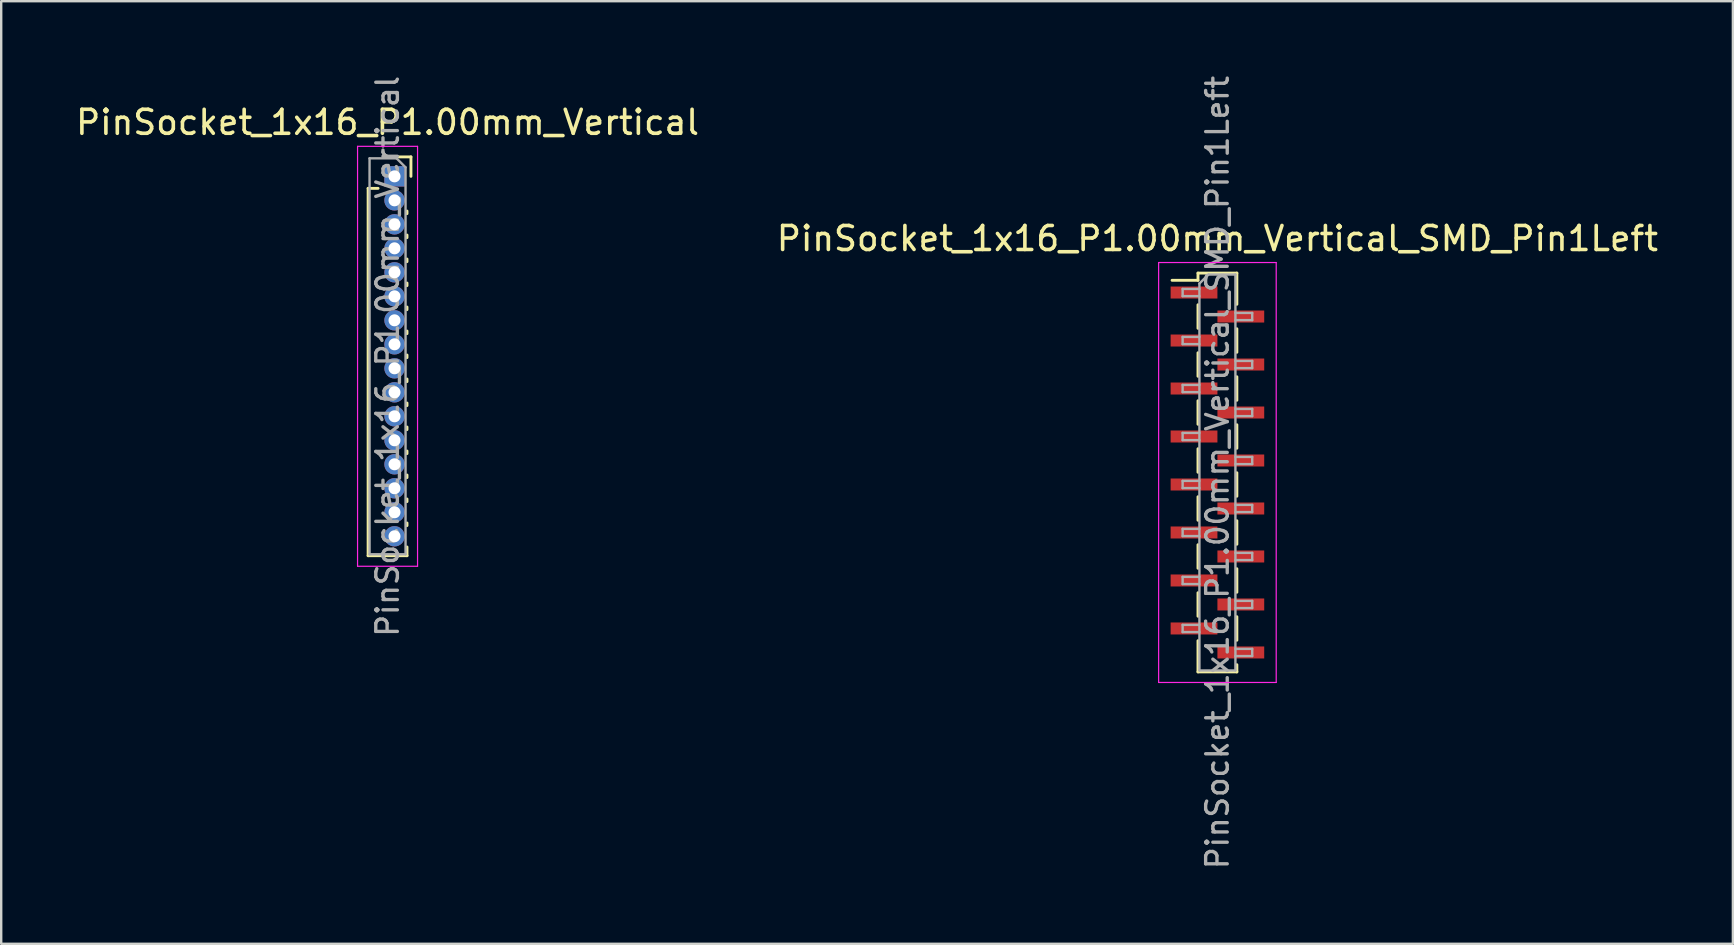
<source format=kicad_pcb>
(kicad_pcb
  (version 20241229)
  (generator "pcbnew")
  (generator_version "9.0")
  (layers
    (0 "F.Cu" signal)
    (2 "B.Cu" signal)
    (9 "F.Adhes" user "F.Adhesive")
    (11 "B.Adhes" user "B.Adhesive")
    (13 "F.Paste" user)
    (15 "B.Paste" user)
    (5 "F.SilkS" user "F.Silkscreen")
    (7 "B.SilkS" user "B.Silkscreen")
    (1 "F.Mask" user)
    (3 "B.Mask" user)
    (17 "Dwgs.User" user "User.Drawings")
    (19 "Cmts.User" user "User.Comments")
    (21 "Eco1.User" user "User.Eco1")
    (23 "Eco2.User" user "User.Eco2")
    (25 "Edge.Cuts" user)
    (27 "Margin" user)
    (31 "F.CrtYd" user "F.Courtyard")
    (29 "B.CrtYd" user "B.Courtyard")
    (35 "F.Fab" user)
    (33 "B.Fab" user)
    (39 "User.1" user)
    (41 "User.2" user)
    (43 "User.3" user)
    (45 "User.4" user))
  (footprint "PinSocket_1x16_P1.00mm_Vertical_SMD_Pin1Left"
    (layer "F.Cu")
    (at 47.685 16.641)
    (property "Reference" "PinSocket_1x16_P1.00mm_Vertical_SMD_Pin1Left" (at 0 -9.75 0) (layer "F.SilkS") (effects (font (size 1 1) (thickness 0.15))))
    (attr smd)
    (fp_line (start -1.89 -8.01) (end -0.81 -8.01) (stroke (width 0.12) (type solid)) (layer "F.SilkS"))
    (fp_line (start -0.81 -8.31) (end -0.81 -8.01) (stroke (width 0.12) (type solid)) (layer "F.SilkS"))
    (fp_line (start -0.81 -8.31) (end 0.81 -8.31) (stroke (width 0.12) (type solid)) (layer "F.SilkS"))
    (fp_line (start -0.81 -6.99) (end -0.81 -6.01) (stroke (width 0.12) (type solid)) (layer "F.SilkS"))
    (fp_line (start -0.81 -4.99) (end -0.81 -4.01) (stroke (width 0.12) (type solid)) (layer "F.SilkS"))
    (fp_line (start -0.81 -2.99) (end -0.81 -2.01) (stroke (width 0.12) (type solid)) (layer "F.SilkS"))
    (fp_line (start -0.81 -0.99) (end -0.81 -0.01) (stroke (width 0.12) (type solid)) (layer "F.SilkS"))
    (fp_line (start -0.81 1.01) (end -0.81 1.99) (stroke (width 0.12) (type solid)) (layer "F.SilkS"))
    (fp_line (start -0.81 3.01) (end -0.81 3.99) (stroke (width 0.12) (type solid)) (layer "F.SilkS"))
    (fp_line (start -0.81 5.01) (end -0.81 5.99) (stroke (width 0.12) (type solid)) (layer "F.SilkS"))
    (fp_line (start -0.81 7.01) (end -0.81 8.31) (stroke (width 0.12) (type solid)) (layer "F.SilkS"))
    (fp_line (start -0.81 8.31) (end 0.81 8.31) (stroke (width 0.12) (type solid)) (layer "F.SilkS"))
    (fp_line (start 0.81 -8.31) (end 0.81 -7.01) (stroke (width 0.12) (type solid)) (layer "F.SilkS"))
    (fp_line (start 0.81 -5.99) (end 0.81 -5.01) (stroke (width 0.12) (type solid)) (layer "F.SilkS"))
    (fp_line (start 0.81 -3.99) (end 0.81 -3.01) (stroke (width 0.12) (type solid)) (layer "F.SilkS"))
    (fp_line (start 0.81 -1.99) (end 0.81 -1.01) (stroke (width 0.12) (type solid)) (layer "F.SilkS"))
    (fp_line (start 0.81 0.01) (end 0.81 0.99) (stroke (width 0.12) (type solid)) (layer "F.SilkS"))
    (fp_line (start 0.81 2.01) (end 0.81 2.99) (stroke (width 0.12) (type solid)) (layer "F.SilkS"))
    (fp_line (start 0.81 4.01) (end 0.81 4.99) (stroke (width 0.12) (type solid)) (layer "F.SilkS"))
    (fp_line (start 0.81 6.01) (end 0.81 6.99) (stroke (width 0.12) (type solid)) (layer "F.SilkS"))
    (fp_line (start 0.81 8.01) (end 0.81 8.31) (stroke (width 0.12) (type solid)) (layer "F.SilkS"))
    (fp_line (start -2.45 -8.75) (end 2.45 -8.75) (stroke (width 0.05) (type solid)) (layer "F.CrtYd"))
    (fp_line (start -2.45 8.75) (end -2.45 -8.75) (stroke (width 0.05) (type solid)) (layer "F.CrtYd"))
    (fp_line (start 2.45 -8.75) (end 2.45 8.75) (stroke (width 0.05) (type solid)) (layer "F.CrtYd"))
    (fp_line (start 2.45 8.75) (end -2.45 8.75) (stroke (width 0.05) (type solid)) (layer "F.CrtYd"))
    (fp_line (start -1.45 -7.65) (end -0.75 -7.65) (stroke (width 0.1) (type solid)) (layer "F.Fab"))
    (fp_line (start -1.45 -7.35) (end -1.45 -7.65) (stroke (width 0.1) (type solid)) (layer "F.Fab"))
    (fp_line (start -1.45 -5.65) (end -0.75 -5.65) (stroke (width 0.1) (type solid)) (layer "F.Fab"))
    (fp_line (start -1.45 -5.35) (end -1.45 -5.65) (stroke (width 0.1) (type solid)) (layer "F.Fab"))
    (fp_line (start -1.45 -3.65) (end -0.75 -3.65) (stroke (width 0.1) (type solid)) (layer "F.Fab"))
    (fp_line (start -1.45 -3.35) (end -1.45 -3.65) (stroke (width 0.1) (type solid)) (layer "F.Fab"))
    (fp_line (start -1.45 -1.65) (end -0.75 -1.65) (stroke (width 0.1) (type solid)) (layer "F.Fab"))
    (fp_line (start -1.45 -1.35) (end -1.45 -1.65) (stroke (width 0.1) (type solid)) (layer "F.Fab"))
    (fp_line (start -1.45 0.35) (end -0.75 0.35) (stroke (width 0.1) (type solid)) (layer "F.Fab"))
    (fp_line (start -1.45 0.65) (end -1.45 0.35) (stroke (width 0.1) (type solid)) (layer "F.Fab"))
    (fp_line (start -1.45 2.35) (end -0.75 2.35) (stroke (width 0.1) (type solid)) (layer "F.Fab"))
    (fp_line (start -1.45 2.65) (end -1.45 2.35) (stroke (width 0.1) (type solid)) (layer "F.Fab"))
    (fp_line (start -1.45 4.35) (end -0.75 4.35) (stroke (width 0.1) (type solid)) (layer "F.Fab"))
    (fp_line (start -1.45 4.65) (end -1.45 4.35) (stroke (width 0.1) (type solid)) (layer "F.Fab"))
    (fp_line (start -1.45 6.35) (end -0.75 6.35) (stroke (width 0.1) (type solid)) (layer "F.Fab"))
    (fp_line (start -1.45 6.65) (end -1.45 6.35) (stroke (width 0.1) (type solid)) (layer "F.Fab"))
    (fp_line (start -0.75 -7.875) (end -0.375 -8.25) (stroke (width 0.1) (type solid)) (layer "F.Fab"))
    (fp_line (start -0.75 -7.35) (end -1.45 -7.35) (stroke (width 0.1) (type solid)) (layer "F.Fab"))
    (fp_line (start -0.75 -5.35) (end -1.45 -5.35) (stroke (width 0.1) (type solid)) (layer "F.Fab"))
    (fp_line (start -0.75 -3.35) (end -1.45 -3.35) (stroke (width 0.1) (type solid)) (layer "F.Fab"))
    (fp_line (start -0.75 -1.35) (end -1.45 -1.35) (stroke (width 0.1) (type solid)) (layer "F.Fab"))
    (fp_line (start -0.75 0.65) (end -1.45 0.65) (stroke (width 0.1) (type solid)) (layer "F.Fab"))
    (fp_line (start -0.75 2.65) (end -1.45 2.65) (stroke (width 0.1) (type solid)) (layer "F.Fab"))
    (fp_line (start -0.75 4.65) (end -1.45 4.65) (stroke (width 0.1) (type solid)) (layer "F.Fab"))
    (fp_line (start -0.75 6.65) (end -1.45 6.65) (stroke (width 0.1) (type solid)) (layer "F.Fab"))
    (fp_line (start -0.75 8.25) (end -0.75 -7.875) (stroke (width 0.1) (type solid)) (layer "F.Fab"))
    (fp_line (start -0.375 -8.25) (end 0.75 -8.25) (stroke (width 0.1) (type solid)) (layer "F.Fab"))
    (fp_line (start 0.75 -8.25) (end 0.75 8.25) (stroke (width 0.1) (type solid)) (layer "F.Fab"))
    (fp_line (start 0.75 -6.65) (end 1.45 -6.65) (stroke (width 0.1) (type solid)) (layer "F.Fab"))
    (fp_line (start 0.75 -4.65) (end 1.45 -4.65) (stroke (width 0.1) (type solid)) (layer "F.Fab"))
    (fp_line (start 0.75 -2.65) (end 1.45 -2.65) (stroke (width 0.1) (type solid)) (layer "F.Fab"))
    (fp_line (start 0.75 -0.65) (end 1.45 -0.65) (stroke (width 0.1) (type solid)) (layer "F.Fab"))
    (fp_line (start 0.75 1.35) (end 1.45 1.35) (stroke (width 0.1) (type solid)) (layer "F.Fab"))
    (fp_line (start 0.75 3.35) (end 1.45 3.35) (stroke (width 0.1) (type solid)) (layer "F.Fab"))
    (fp_line (start 0.75 5.35) (end 1.45 5.35) (stroke (width 0.1) (type solid)) (layer "F.Fab"))
    (fp_line (start 0.75 7.35) (end 1.45 7.35) (stroke (width 0.1) (type solid)) (layer "F.Fab"))
    (fp_line (start 0.75 8.25) (end -0.75 8.25) (stroke (width 0.1) (type solid)) (layer "F.Fab"))
    (fp_line (start 1.45 -6.65) (end 1.45 -6.35) (stroke (width 0.1) (type solid)) (layer "F.Fab"))
    (fp_line (start 1.45 -6.35) (end 0.75 -6.35) (stroke (width 0.1) (type solid)) (layer "F.Fab"))
    (fp_line (start 1.45 -4.65) (end 1.45 -4.35) (stroke (width 0.1) (type solid)) (layer "F.Fab"))
    (fp_line (start 1.45 -4.35) (end 0.75 -4.35) (stroke (width 0.1) (type solid)) (layer "F.Fab"))
    (fp_line (start 1.45 -2.65) (end 1.45 -2.35) (stroke (width 0.1) (type solid)) (layer "F.Fab"))
    (fp_line (start 1.45 -2.35) (end 0.75 -2.35) (stroke (width 0.1) (type solid)) (layer "F.Fab"))
    (fp_line (start 1.45 -0.65) (end 1.45 -0.35) (stroke (width 0.1) (type solid)) (layer "F.Fab"))
    (fp_line (start 1.45 -0.35) (end 0.75 -0.35) (stroke (width 0.1) (type solid)) (layer "F.Fab"))
    (fp_line (start 1.45 1.35) (end 1.45 1.65) (stroke (width 0.1) (type solid)) (layer "F.Fab"))
    (fp_line (start 1.45 1.65) (end 0.75 1.65) (stroke (width 0.1) (type solid)) (layer "F.Fab"))
    (fp_line (start 1.45 3.35) (end 1.45 3.65) (stroke (width 0.1) (type solid)) (layer "F.Fab"))
    (fp_line (start 1.45 3.65) (end 0.75 3.65) (stroke (width 0.1) (type solid)) (layer "F.Fab"))
    (fp_line (start 1.45 5.35) (end 1.45 5.65) (stroke (width 0.1) (type solid)) (layer "F.Fab"))
    (fp_line (start 1.45 5.65) (end 0.75 5.65) (stroke (width 0.1) (type solid)) (layer "F.Fab"))
    (fp_line (start 1.45 7.35) (end 1.45 7.65) (stroke (width 0.1) (type solid)) (layer "F.Fab"))
    (fp_line (start 1.45 7.65) (end 0.75 7.65) (stroke (width 0.1) (type solid)) (layer "F.Fab"))
    (fp_text user "${REFERENCE}" (at 0 0 90) (layer "F.Fab") (effects (font (size 0.9 0.9) (thickness 0.14))))
    (pad "1" smd rect (at -0.975 -7.5) (size 1.95 0.5) (layers "F.Cu" "F.Mask" "F.Paste"))
    (pad "2" smd rect (at 0.975 -6.5) (size 1.95 0.5) (layers "F.Cu" "F.Mask" "F.Paste"))
    (pad "3" smd rect (at -0.975 -5.5) (size 1.95 0.5) (layers "F.Cu" "F.Mask" "F.Paste"))
    (pad "4" smd rect (at 0.975 -4.5) (size 1.95 0.5) (layers "F.Cu" "F.Mask" "F.Paste"))
    (pad "5" smd rect (at -0.975 -3.5) (size 1.95 0.5) (layers "F.Cu" "F.Mask" "F.Paste"))
    (pad "6" smd rect (at 0.975 -2.5) (size 1.95 0.5) (layers "F.Cu" "F.Mask" "F.Paste"))
    (pad "7" smd rect (at -0.975 -1.5) (size 1.95 0.5) (layers "F.Cu" "F.Mask" "F.Paste"))
    (pad "8" smd rect (at 0.975 -0.5) (size 1.95 0.5) (layers "F.Cu" "F.Mask" "F.Paste"))
    (pad "9" smd rect (at -0.975 0.5) (size 1.95 0.5) (layers "F.Cu" "F.Mask" "F.Paste"))
    (pad "10" smd rect (at 0.975 1.5) (size 1.95 0.5) (layers "F.Cu" "F.Mask" "F.Paste"))
    (pad "11" smd rect (at -0.975 2.5) (size 1.95 0.5) (layers "F.Cu" "F.Mask" "F.Paste"))
    (pad "12" smd rect (at 0.975 3.5) (size 1.95 0.5) (layers "F.Cu" "F.Mask" "F.Paste"))
    (pad "13" smd rect (at -0.975 4.5) (size 1.95 0.5) (layers "F.Cu" "F.Mask" "F.Paste"))
    (pad "14" smd rect (at 0.975 5.5) (size 1.95 0.5) (layers "F.Cu" "F.Mask" "F.Paste"))
    (pad "15" smd rect (at -0.975 6.5) (size 1.95 0.5) (layers "F.Cu" "F.Mask" "F.Paste"))
    (pad "16" smd rect (at 0.975 7.5) (size 1.95 0.5) (layers "F.Cu" "F.Mask" "F.Paste")))
  (footprint "PinSocket_1x16_P1.00mm_Vertical"
    (layer "F.Cu")
    (at 13.391 4.299)
    (property "Reference" "PinSocket_1x16_P1.00mm_Vertical" (at -0.29 -2.25 0) (layer "F.SilkS") (effects (font (size 1 1) (thickness 0.15))))
    (attr through_hole)
    (fp_line (start -1.1 0.5) (end -1.1 15.81) (stroke (width 0.12) (type solid)) (layer "F.SilkS"))
    (fp_line (start -1.1 0.5) (end -0.685 0.5) (stroke (width 0.12) (type solid)) (layer "F.SilkS"))
    (fp_line (start -1.1 15.81) (end 0.52 15.81) (stroke (width 0.12) (type solid)) (layer "F.SilkS"))
    (fp_line (start 0 -0.81) (end 0.685 -0.81) (stroke (width 0.12) (type solid)) (layer "F.SilkS"))
    (fp_line (start 0.52 1.446) (end 0.52 1.554) (stroke (width 0.12) (type solid)) (layer "F.SilkS"))
    (fp_line (start 0.52 2.446) (end 0.52 2.554) (stroke (width 0.12) (type solid)) (layer "F.SilkS"))
    (fp_line (start 0.52 3.446) (end 0.52 3.554) (stroke (width 0.12) (type solid)) (layer "F.SilkS"))
    (fp_line (start 0.52 4.446) (end 0.52 4.554) (stroke (width 0.12) (type solid)) (layer "F.SilkS"))
    (fp_line (start 0.52 5.446) (end 0.52 5.554) (stroke (width 0.12) (type solid)) (layer "F.SilkS"))
    (fp_line (start 0.52 6.446) (end 0.52 6.554) (stroke (width 0.12) (type solid)) (layer "F.SilkS"))
    (fp_line (start 0.52 7.446) (end 0.52 7.554) (stroke (width 0.12) (type solid)) (layer "F.SilkS"))
    (fp_line (start 0.52 8.446) (end 0.52 8.554) (stroke (width 0.12) (type solid)) (layer "F.SilkS"))
    (fp_line (start 0.52 9.446) (end 0.52 9.554) (stroke (width 0.12) (type solid)) (layer "F.SilkS"))
    (fp_line (start 0.52 10.446) (end 0.52 10.554) (stroke (width 0.12) (type solid)) (layer "F.SilkS"))
    (fp_line (start 0.52 11.446) (end 0.52 11.554) (stroke (width 0.12) (type solid)) (layer "F.SilkS"))
    (fp_line (start 0.52 12.446) (end 0.52 12.554) (stroke (width 0.12) (type solid)) (layer "F.SilkS"))
    (fp_line (start 0.52 13.446) (end 0.52 13.554) (stroke (width 0.12) (type solid)) (layer "F.SilkS"))
    (fp_line (start 0.52 14.446) (end 0.52 14.554) (stroke (width 0.12) (type solid)) (layer "F.SilkS"))
    (fp_line (start 0.52 15.446) (end 0.52 15.81) (stroke (width 0.12) (type solid)) (layer "F.SilkS"))
    (fp_line (start 0.685 -0.81) (end 0.685 0) (stroke (width 0.12) (type solid)) (layer "F.SilkS"))
    (fp_line (start -1.54 -1.25) (end 0.96 -1.25) (stroke (width 0.05) (type solid)) (layer "F.CrtYd"))
    (fp_line (start -1.54 16.25) (end -1.54 -1.25) (stroke (width 0.05) (type solid)) (layer "F.CrtYd"))
    (fp_line (start 0.96 -1.25) (end 0.96 16.25) (stroke (width 0.05) (type solid)) (layer "F.CrtYd"))
    (fp_line (start 0.96 16.25) (end -1.54 16.25) (stroke (width 0.05) (type solid)) (layer "F.CrtYd"))
    (fp_line (start -1.04 -0.75) (end 0.085 -0.75) (stroke (width 0.1) (type solid)) (layer "F.Fab"))
    (fp_line (start -1.04 15.75) (end -1.04 -0.75) (stroke (width 0.1) (type solid)) (layer "F.Fab"))
    (fp_line (start 0.085 -0.75) (end 0.46 -0.375) (stroke (width 0.1) (type solid)) (layer "F.Fab"))
    (fp_line (start 0.46 -0.375) (end 0.46 15.75) (stroke (width 0.1) (type solid)) (layer "F.Fab"))
    (fp_line (start 0.46 15.75) (end -1.04 15.75) (stroke (width 0.1) (type solid)) (layer "F.Fab"))
    (fp_text user "${REFERENCE}" (at -0.29 7.5 90) (layer "F.Fab") (effects (font (size 0.9 0.9) (thickness 0.14))))
    (pad "1" thru_hole rect (at 0 0) (size 0.85 0.85) (drill 0.5) (layers "*.Cu" "*.Mask"))
    (pad "2" thru_hole oval (at 0 1) (size 0.85 0.85) (drill 0.5) (layers "*.Cu" "*.Mask"))
    (pad "3" thru_hole oval (at 0 2) (size 0.85 0.85) (drill 0.5) (layers "*.Cu" "*.Mask"))
    (pad "4" thru_hole oval (at 0 3) (size 0.85 0.85) (drill 0.5) (layers "*.Cu" "*.Mask"))
    (pad "5" thru_hole oval (at 0 4) (size 0.85 0.85) (drill 0.5) (layers "*.Cu" "*.Mask"))
    (pad "6" thru_hole oval (at 0 5) (size 0.85 0.85) (drill 0.5) (layers "*.Cu" "*.Mask"))
    (pad "7" thru_hole oval (at 0 6) (size 0.85 0.85) (drill 0.5) (layers "*.Cu" "*.Mask"))
    (pad "8" thru_hole oval (at 0 7) (size 0.85 0.85) (drill 0.5) (layers "*.Cu" "*.Mask"))
    (pad "9" thru_hole oval (at 0 8) (size 0.85 0.85) (drill 0.5) (layers "*.Cu" "*.Mask"))
    (pad "10" thru_hole oval (at 0 9) (size 0.85 0.85) (drill 0.5) (layers "*.Cu" "*.Mask"))
    (pad "11" thru_hole oval (at 0 10) (size 0.85 0.85) (drill 0.5) (layers "*.Cu" "*.Mask"))
    (pad "12" thru_hole oval (at 0 11) (size 0.85 0.85) (drill 0.5) (layers "*.Cu" "*.Mask"))
    (pad "13" thru_hole oval (at 0 12) (size 0.85 0.85) (drill 0.5) (layers "*.Cu" "*.Mask"))
    (pad "14" thru_hole oval (at 0 13) (size 0.85 0.85) (drill 0.5) (layers "*.Cu" "*.Mask"))
    (pad "15" thru_hole oval (at 0 14) (size 0.85 0.85) (drill 0.5) (layers "*.Cu" "*.Mask"))
    (pad "16" thru_hole oval (at 0 15) (size 0.85 0.85) (drill 0.5) (layers "*.Cu" "*.Mask")))
  (gr_rect
    (start -3 -3)
    (end 69.167 36.283)
    (stroke (width 0.1) (type default))
    (fill no)
    (layer "Edge.Cuts")))
</source>
